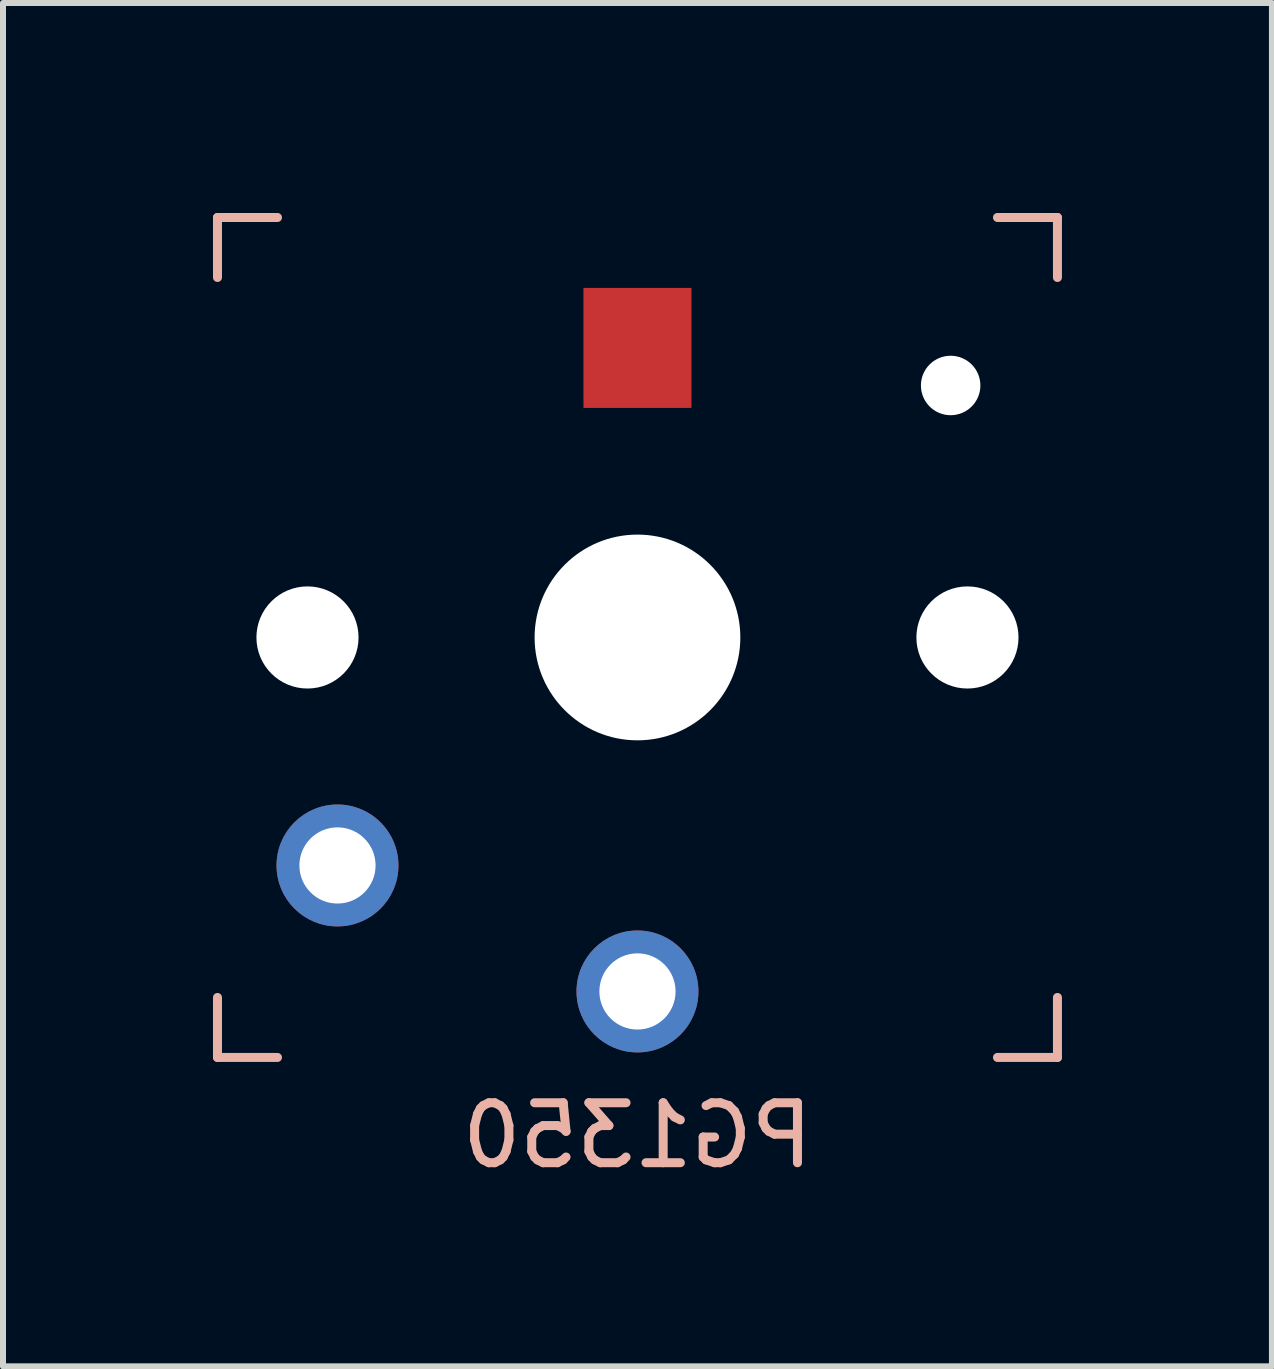
<source format=kicad_pcb>
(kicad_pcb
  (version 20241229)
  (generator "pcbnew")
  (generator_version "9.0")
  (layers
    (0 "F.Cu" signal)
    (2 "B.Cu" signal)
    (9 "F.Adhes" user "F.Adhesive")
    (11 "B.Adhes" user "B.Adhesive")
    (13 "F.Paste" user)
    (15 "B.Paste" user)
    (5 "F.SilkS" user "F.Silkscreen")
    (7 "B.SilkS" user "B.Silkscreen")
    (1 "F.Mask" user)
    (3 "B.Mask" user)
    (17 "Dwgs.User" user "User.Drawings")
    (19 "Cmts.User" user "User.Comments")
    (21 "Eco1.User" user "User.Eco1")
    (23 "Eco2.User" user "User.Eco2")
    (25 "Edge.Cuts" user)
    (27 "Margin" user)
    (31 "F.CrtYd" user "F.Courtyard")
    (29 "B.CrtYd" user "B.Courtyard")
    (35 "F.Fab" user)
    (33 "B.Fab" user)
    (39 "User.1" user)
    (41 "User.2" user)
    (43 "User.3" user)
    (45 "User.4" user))
  (footprint "PG1350"
    (layer "F.Cu")
    (at 7.575 7.575)
    (property "Reference" "PG1350" (at 0 8.3 0) (layer "B.SilkS") (effects (font (size 1 1) (thickness 0.15)) (justify mirror)))
    (attr through_hole)
    (fp_line (start -7 -7) (end -6 -7) (stroke (width 0.15) (type solid)) (layer "B.SilkS"))
    (fp_line (start -7 -6) (end -7 -7) (stroke (width 0.15) (type solid)) (layer "B.SilkS"))
    (fp_line (start -7 7) (end -7 6) (stroke (width 0.15) (type solid)) (layer "B.SilkS"))
    (fp_line (start -6 7) (end -7 7) (stroke (width 0.15) (type solid)) (layer "B.SilkS"))
    (fp_line (start 6 -7) (end 7 -7) (stroke (width 0.15) (type solid)) (layer "B.SilkS"))
    (fp_line (start 7 -7) (end 7 -6) (stroke (width 0.15) (type solid)) (layer "B.SilkS"))
    (fp_line (start 7 6) (end 7 7) (stroke (width 0.15) (type solid)) (layer "B.SilkS"))
    (fp_line (start 7 7) (end 6 7) (stroke (width 0.15) (type solid)) (layer "B.SilkS"))
    (fp_line (start -7.5 -7.5) (end 7.5 -7.5) (stroke (width 0.15) (type solid)) (layer "Eco2.User"))
    (fp_line (start -7.5 7.5) (end -7.5 -7.5) (stroke (width 0.15) (type solid)) (layer "Eco2.User"))
    (fp_line (start -6.9 6.9) (end -6.9 -6.9) (stroke (width 0.15) (type solid)) (layer "Eco2.User"))
    (fp_line (start -6.9 6.9) (end 6.9 6.9) (stroke (width 0.15) (type solid)) (layer "Eco2.User"))
    (fp_line (start -2.6 -3.1) (end -2.6 -6.3) (stroke (width 0.15) (type solid)) (layer "Eco2.User"))
    (fp_line (start -2.6 -3.1) (end 2.6 -3.1) (stroke (width 0.15) (type solid)) (layer "Eco2.User"))
    (fp_line (start 2.6 -6.3) (end -2.6 -6.3) (stroke (width 0.15) (type solid)) (layer "Eco2.User"))
    (fp_line (start 2.6 -3.1) (end 2.6 -6.3) (stroke (width 0.15) (type solid)) (layer "Eco2.User"))
    (fp_line (start 6.9 -6.9) (end -6.9 -6.9) (stroke (width 0.15) (type solid)) (layer "Eco2.User"))
    (fp_line (start 6.9 -6.9) (end 6.9 6.9) (stroke (width 0.15) (type solid)) (layer "Eco2.User"))
    (fp_line (start 7.5 -7.5) (end 7.5 7.5) (stroke (width 0.15) (type solid)) (layer "Eco2.User"))
    (fp_line (start 7.5 7.5) (end -7.5 7.5) (stroke (width 0.15) (type solid)) (layer "Eco2.User"))
    (pad "" np_thru_hole circle (at -5.5 0) (size 1.702 1.702) (drill 1.702) (layers "*.Cu" "*.Mask"))
    (pad "" np_thru_hole circle (at 0 0) (size 3.429 3.429) (drill 3.429) (layers "*.Cu" "*.Mask"))
    (pad "" np_thru_hole circle (at 5.22 -4.2) (size 0.991 0.991) (drill 0.991) (layers "*.Cu" "*.Mask"))
    (pad "" np_thru_hole circle (at 5.5 0) (size 1.702 1.702) (drill 1.702) (layers "*.Cu" "*.Mask"))
    (pad "1" thru_hole circle (at 0 5.9) (size 2.032 2.032) (drill 1.27) (layers "*.Cu" "*.Mask"))
    (pad "2" thru_hole circle (at -5 3.8) (size 2.032 2.032) (drill 1.27) (layers "*.Cu" "*.Mask"))
    (pad "3" connect rect (at 0 -4.826) (size 1.8 2) (layers "F.Cu" "F.Mask")))
  (gr_rect
    (start -3 -3)
    (end 18.15 19.723)
    (stroke (width 0.1) (type default))
    (fill no)
    (layer "Edge.Cuts")))
</source>
